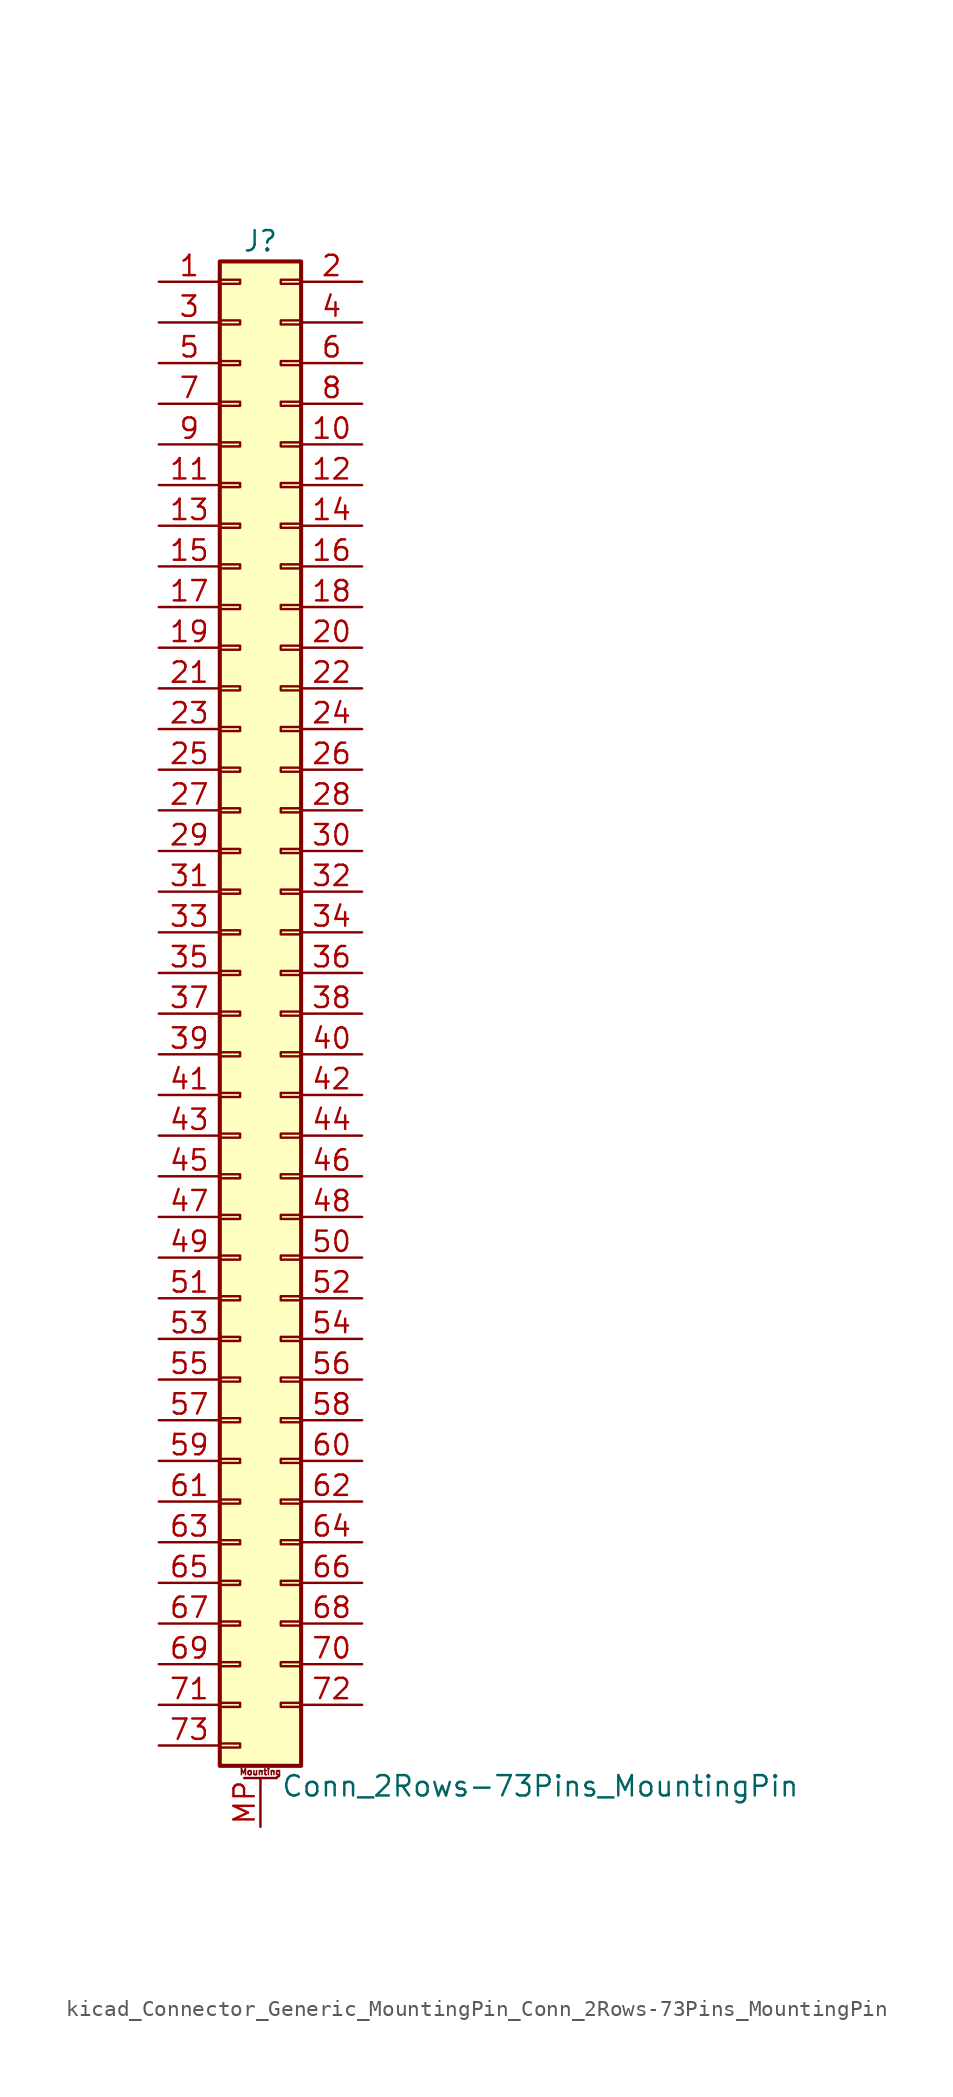
<source format=kicad_sym>
(kicad_symbol_lib
  (version 20220914)
  (generator kicad_symbol_editor)
  (symbol "kicad_Connector_Generic_MountingPin_Conn_2Rows-73Pins_MountingPin"
    (pin_names
      (offset 1.016) hide)
    (property "Reference" "J"
      (at 1.27 48.26 0)
      (effects (font (size 1.27 1.27))))
    (property "Value" "Conn_2Rows-73Pins_MountingPin"
      (at 2.54 -48.26 0)
      (effects (font (size 1.27 1.27)) (justify left)))
    (symbol "kicad_Connector_Generic_MountingPin_Conn_2Rows-73Pins_MountingPin_1_1"
      (rectangle (start -1.27 -45.593) (end 0 -45.847) (stroke (width 0.152) (type default)) (fill (type none)))
      (rectangle (start -1.27 -43.053) (end 0 -43.307) (stroke (width 0.152) (type default)) (fill (type none)))
      (rectangle (start -1.27 -40.513) (end 0 -40.767) (stroke (width 0.152) (type default)) (fill (type none)))
      (rectangle (start -1.27 -37.973) (end 0 -38.227) (stroke (width 0.152) (type default)) (fill (type none)))
      (rectangle (start -1.27 -35.433) (end 0 -35.687) (stroke (width 0.152) (type default)) (fill (type none)))
      (rectangle (start -1.27 -32.893) (end 0 -33.147) (stroke (width 0.152) (type default)) (fill (type none)))
      (rectangle (start -1.27 -30.353) (end 0 -30.607) (stroke (width 0.152) (type default)) (fill (type none)))
      (rectangle (start -1.27 -27.813) (end 0 -28.067) (stroke (width 0.152) (type default)) (fill (type none)))
      (rectangle (start -1.27 -25.273) (end 0 -25.527) (stroke (width 0.152) (type default)) (fill (type none)))
      (rectangle (start -1.27 -22.733) (end 0 -22.987) (stroke (width 0.152) (type default)) (fill (type none)))
      (rectangle (start -1.27 -20.193) (end 0 -20.447) (stroke (width 0.152) (type default)) (fill (type none)))
      (rectangle (start -1.27 -17.653) (end 0 -17.907) (stroke (width 0.152) (type default)) (fill (type none)))
      (rectangle (start -1.27 -15.113) (end 0 -15.367) (stroke (width 0.152) (type default)) (fill (type none)))
      (rectangle (start -1.27 -12.573) (end 0 -12.827) (stroke (width 0.152) (type default)) (fill (type none)))
      (rectangle (start -1.27 -10.033) (end 0 -10.287) (stroke (width 0.152) (type default)) (fill (type none)))
      (rectangle (start -1.27 -7.493) (end 0 -7.747) (stroke (width 0.152) (type default)) (fill (type none)))
      (rectangle (start -1.27 -4.953) (end 0 -5.207) (stroke (width 0.152) (type default)) (fill (type none)))
      (rectangle (start -1.27 -2.413) (end 0 -2.667) (stroke (width 0.152) (type default)) (fill (type none)))
      (rectangle (start -1.27 0.127) (end 0 -0.127) (stroke (width 0.152) (type default)) (fill (type none)))
      (rectangle (start -1.27 2.667) (end 0 2.413) (stroke (width 0.152) (type default)) (fill (type none)))
      (rectangle (start -1.27 5.207) (end 0 4.953) (stroke (width 0.152) (type default)) (fill (type none)))
      (rectangle (start -1.27 7.747) (end 0 7.493) (stroke (width 0.152) (type default)) (fill (type none)))
      (rectangle (start -1.27 10.287) (end 0 10.033) (stroke (width 0.152) (type default)) (fill (type none)))
      (rectangle (start -1.27 12.827) (end 0 12.573) (stroke (width 0.152) (type default)) (fill (type none)))
      (rectangle (start -1.27 15.367) (end 0 15.113) (stroke (width 0.152) (type default)) (fill (type none)))
      (rectangle (start -1.27 17.907) (end 0 17.653) (stroke (width 0.152) (type default)) (fill (type none)))
      (rectangle (start -1.27 20.447) (end 0 20.193) (stroke (width 0.152) (type default)) (fill (type none)))
      (rectangle (start -1.27 22.987) (end 0 22.733) (stroke (width 0.152) (type default)) (fill (type none)))
      (rectangle (start -1.27 25.527) (end 0 25.273) (stroke (width 0.152) (type default)) (fill (type none)))
      (rectangle (start -1.27 28.067) (end 0 27.813) (stroke (width 0.152) (type default)) (fill (type none)))
      (rectangle (start -1.27 30.607) (end 0 30.353) (stroke (width 0.152) (type default)) (fill (type none)))
      (rectangle (start -1.27 33.147) (end 0 32.893) (stroke (width 0.152) (type default)) (fill (type none)))
      (rectangle (start -1.27 35.687) (end 0 35.433) (stroke (width 0.152) (type default)) (fill (type none)))
      (rectangle (start -1.27 38.227) (end 0 37.973) (stroke (width 0.152) (type default)) (fill (type none)))
      (rectangle (start -1.27 40.767) (end 0 40.513) (stroke (width 0.152) (type default)) (fill (type none)))
      (rectangle (start -1.27 43.307) (end 0 43.053) (stroke (width 0.152) (type default)) (fill (type none)))
      (rectangle (start -1.27 45.847) (end 0 45.593) (stroke (width 0.152) (type default)) (fill (type none)))
      (rectangle (start -1.27 46.99) (end 3.81 -46.99) (stroke (width 0.254) (type default)) (fill (type background)))
      (polyline (pts (xy 0.254 -47.752) (xy 2.286 -47.752)) (stroke (width 0.152) (type default)) (fill (type none)))
      (rectangle (start 3.81 -43.053) (end 2.54 -43.307) (stroke (width 0.152) (type default)) (fill (type none)))
      (rectangle (start 3.81 -40.513) (end 2.54 -40.767) (stroke (width 0.152) (type default)) (fill (type none)))
      (rectangle (start 3.81 -37.973) (end 2.54 -38.227) (stroke (width 0.152) (type default)) (fill (type none)))
      (rectangle (start 3.81 -35.433) (end 2.54 -35.687) (stroke (width 0.152) (type default)) (fill (type none)))
      (rectangle (start 3.81 -32.893) (end 2.54 -33.147) (stroke (width 0.152) (type default)) (fill (type none)))
      (rectangle (start 3.81 -30.353) (end 2.54 -30.607) (stroke (width 0.152) (type default)) (fill (type none)))
      (rectangle (start 3.81 -27.813) (end 2.54 -28.067) (stroke (width 0.152) (type default)) (fill (type none)))
      (rectangle (start 3.81 -25.273) (end 2.54 -25.527) (stroke (width 0.152) (type default)) (fill (type none)))
      (rectangle (start 3.81 -22.733) (end 2.54 -22.987) (stroke (width 0.152) (type default)) (fill (type none)))
      (rectangle (start 3.81 -20.193) (end 2.54 -20.447) (stroke (width 0.152) (type default)) (fill (type none)))
      (rectangle (start 3.81 -17.653) (end 2.54 -17.907) (stroke (width 0.152) (type default)) (fill (type none)))
      (rectangle (start 3.81 -15.113) (end 2.54 -15.367) (stroke (width 0.152) (type default)) (fill (type none)))
      (rectangle (start 3.81 -12.573) (end 2.54 -12.827) (stroke (width 0.152) (type default)) (fill (type none)))
      (rectangle (start 3.81 -10.033) (end 2.54 -10.287) (stroke (width 0.152) (type default)) (fill (type none)))
      (rectangle (start 3.81 -7.493) (end 2.54 -7.747) (stroke (width 0.152) (type default)) (fill (type none)))
      (rectangle (start 3.81 -4.953) (end 2.54 -5.207) (stroke (width 0.152) (type default)) (fill (type none)))
      (rectangle (start 3.81 -2.413) (end 2.54 -2.667) (stroke (width 0.152) (type default)) (fill (type none)))
      (rectangle (start 3.81 0.127) (end 2.54 -0.127) (stroke (width 0.152) (type default)) (fill (type none)))
      (rectangle (start 3.81 2.667) (end 2.54 2.413) (stroke (width 0.152) (type default)) (fill (type none)))
      (rectangle (start 3.81 5.207) (end 2.54 4.953) (stroke (width 0.152) (type default)) (fill (type none)))
      (rectangle (start 3.81 7.747) (end 2.54 7.493) (stroke (width 0.152) (type default)) (fill (type none)))
      (rectangle (start 3.81 10.287) (end 2.54 10.033) (stroke (width 0.152) (type default)) (fill (type none)))
      (rectangle (start 3.81 12.827) (end 2.54 12.573) (stroke (width 0.152) (type default)) (fill (type none)))
      (rectangle (start 3.81 15.367) (end 2.54 15.113) (stroke (width 0.152) (type default)) (fill (type none)))
      (rectangle (start 3.81 17.907) (end 2.54 17.653) (stroke (width 0.152) (type default)) (fill (type none)))
      (rectangle (start 3.81 20.447) (end 2.54 20.193) (stroke (width 0.152) (type default)) (fill (type none)))
      (rectangle (start 3.81 22.987) (end 2.54 22.733) (stroke (width 0.152) (type default)) (fill (type none)))
      (rectangle (start 3.81 25.527) (end 2.54 25.273) (stroke (width 0.152) (type default)) (fill (type none)))
      (rectangle (start 3.81 28.067) (end 2.54 27.813) (stroke (width 0.152) (type default)) (fill (type none)))
      (rectangle (start 3.81 30.607) (end 2.54 30.353) (stroke (width 0.152) (type default)) (fill (type none)))
      (rectangle (start 3.81 33.147) (end 2.54 32.893) (stroke (width 0.152) (type default)) (fill (type none)))
      (rectangle (start 3.81 35.687) (end 2.54 35.433) (stroke (width 0.152) (type default)) (fill (type none)))
      (rectangle (start 3.81 38.227) (end 2.54 37.973) (stroke (width 0.152) (type default)) (fill (type none)))
      (rectangle (start 3.81 40.767) (end 2.54 40.513) (stroke (width 0.152) (type default)) (fill (type none)))
      (rectangle (start 3.81 43.307) (end 2.54 43.053) (stroke (width 0.152) (type default)) (fill (type none)))
      (rectangle (start 3.81 45.847) (end 2.54 45.593) (stroke (width 0.152) (type default)) (fill (type none)))
      (text "Mounting" (at 1.27 -47.371 0) (effects (font (size 0.381 0.381))))
      (pin passive line (at -5.08 45.72 0) (length 3.81) (name "Pin_1" (effects (font (size 1.27 1.27)))) (number "1" (effects (font (size 1.27 1.27)))))
      (pin passive line (at 7.62 35.56 180) (length 3.81) (name "Pin_10" (effects (font (size 1.27 1.27)))) (number "10" (effects (font (size 1.27 1.27)))))
      (pin passive line (at -5.08 33.02 0) (length 3.81) (name "Pin_11" (effects (font (size 1.27 1.27)))) (number "11" (effects (font (size 1.27 1.27)))))
      (pin passive line (at 7.62 33.02 180) (length 3.81) (name "Pin_12" (effects (font (size 1.27 1.27)))) (number "12" (effects (font (size 1.27 1.27)))))
      (pin passive line (at -5.08 30.48 0) (length 3.81) (name "Pin_13" (effects (font (size 1.27 1.27)))) (number "13" (effects (font (size 1.27 1.27)))))
      (pin passive line (at 7.62 30.48 180) (length 3.81) (name "Pin_14" (effects (font (size 1.27 1.27)))) (number "14" (effects (font (size 1.27 1.27)))))
      (pin passive line (at -5.08 27.94 0) (length 3.81) (name "Pin_15" (effects (font (size 1.27 1.27)))) (number "15" (effects (font (size 1.27 1.27)))))
      (pin passive line (at 7.62 27.94 180) (length 3.81) (name "Pin_16" (effects (font (size 1.27 1.27)))) (number "16" (effects (font (size 1.27 1.27)))))
      (pin passive line (at -5.08 25.4 0) (length 3.81) (name "Pin_17" (effects (font (size 1.27 1.27)))) (number "17" (effects (font (size 1.27 1.27)))))
      (pin passive line (at 7.62 25.4 180) (length 3.81) (name "Pin_18" (effects (font (size 1.27 1.27)))) (number "18" (effects (font (size 1.27 1.27)))))
      (pin passive line (at -5.08 22.86 0) (length 3.81) (name "Pin_19" (effects (font (size 1.27 1.27)))) (number "19" (effects (font (size 1.27 1.27)))))
      (pin passive line (at 7.62 45.72 180) (length 3.81) (name "Pin_2" (effects (font (size 1.27 1.27)))) (number "2" (effects (font (size 1.27 1.27)))))
      (pin passive line (at 7.62 22.86 180) (length 3.81) (name "Pin_20" (effects (font (size 1.27 1.27)))) (number "20" (effects (font (size 1.27 1.27)))))
      (pin passive line (at -5.08 20.32 0) (length 3.81) (name "Pin_21" (effects (font (size 1.27 1.27)))) (number "21" (effects (font (size 1.27 1.27)))))
      (pin passive line (at 7.62 20.32 180) (length 3.81) (name "Pin_22" (effects (font (size 1.27 1.27)))) (number "22" (effects (font (size 1.27 1.27)))))
      (pin passive line (at -5.08 17.78 0) (length 3.81) (name "Pin_23" (effects (font (size 1.27 1.27)))) (number "23" (effects (font (size 1.27 1.27)))))
      (pin passive line (at 7.62 17.78 180) (length 3.81) (name "Pin_24" (effects (font (size 1.27 1.27)))) (number "24" (effects (font (size 1.27 1.27)))))
      (pin passive line (at -5.08 15.24 0) (length 3.81) (name "Pin_25" (effects (font (size 1.27 1.27)))) (number "25" (effects (font (size 1.27 1.27)))))
      (pin passive line (at 7.62 15.24 180) (length 3.81) (name "Pin_26" (effects (font (size 1.27 1.27)))) (number "26" (effects (font (size 1.27 1.27)))))
      (pin passive line (at -5.08 12.7 0) (length 3.81) (name "Pin_27" (effects (font (size 1.27 1.27)))) (number "27" (effects (font (size 1.27 1.27)))))
      (pin passive line (at 7.62 12.7 180) (length 3.81) (name "Pin_28" (effects (font (size 1.27 1.27)))) (number "28" (effects (font (size 1.27 1.27)))))
      (pin passive line (at -5.08 10.16 0) (length 3.81) (name "Pin_29" (effects (font (size 1.27 1.27)))) (number "29" (effects (font (size 1.27 1.27)))))
      (pin passive line (at -5.08 43.18 0) (length 3.81) (name "Pin_3" (effects (font (size 1.27 1.27)))) (number "3" (effects (font (size 1.27 1.27)))))
      (pin passive line (at 7.62 10.16 180) (length 3.81) (name "Pin_30" (effects (font (size 1.27 1.27)))) (number "30" (effects (font (size 1.27 1.27)))))
      (pin passive line (at -5.08 7.62 0) (length 3.81) (name "Pin_31" (effects (font (size 1.27 1.27)))) (number "31" (effects (font (size 1.27 1.27)))))
      (pin passive line (at 7.62 7.62 180) (length 3.81) (name "Pin_32" (effects (font (size 1.27 1.27)))) (number "32" (effects (font (size 1.27 1.27)))))
      (pin passive line (at -5.08 5.08 0) (length 3.81) (name "Pin_33" (effects (font (size 1.27 1.27)))) (number "33" (effects (font (size 1.27 1.27)))))
      (pin passive line (at 7.62 5.08 180) (length 3.81) (name "Pin_34" (effects (font (size 1.27 1.27)))) (number "34" (effects (font (size 1.27 1.27)))))
      (pin passive line (at -5.08 2.54 0) (length 3.81) (name "Pin_35" (effects (font (size 1.27 1.27)))) (number "35" (effects (font (size 1.27 1.27)))))
      (pin passive line (at 7.62 2.54 180) (length 3.81) (name "Pin_36" (effects (font (size 1.27 1.27)))) (number "36" (effects (font (size 1.27 1.27)))))
      (pin passive line (at -5.08 0 0) (length 3.81) (name "Pin_37" (effects (font (size 1.27 1.27)))) (number "37" (effects (font (size 1.27 1.27)))))
      (pin passive line (at 7.62 0 180) (length 3.81) (name "Pin_38" (effects (font (size 1.27 1.27)))) (number "38" (effects (font (size 1.27 1.27)))))
      (pin passive line (at -5.08 -2.54 0) (length 3.81) (name "Pin_39" (effects (font (size 1.27 1.27)))) (number "39" (effects (font (size 1.27 1.27)))))
      (pin passive line (at 7.62 43.18 180) (length 3.81) (name "Pin_4" (effects (font (size 1.27 1.27)))) (number "4" (effects (font (size 1.27 1.27)))))
      (pin passive line (at 7.62 -2.54 180) (length 3.81) (name "Pin_40" (effects (font (size 1.27 1.27)))) (number "40" (effects (font (size 1.27 1.27)))))
      (pin passive line (at -5.08 -5.08 0) (length 3.81) (name "Pin_41" (effects (font (size 1.27 1.27)))) (number "41" (effects (font (size 1.27 1.27)))))
      (pin passive line (at 7.62 -5.08 180) (length 3.81) (name "Pin_42" (effects (font (size 1.27 1.27)))) (number "42" (effects (font (size 1.27 1.27)))))
      (pin passive line (at -5.08 -7.62 0) (length 3.81) (name "Pin_43" (effects (font (size 1.27 1.27)))) (number "43" (effects (font (size 1.27 1.27)))))
      (pin passive line (at 7.62 -7.62 180) (length 3.81) (name "Pin_44" (effects (font (size 1.27 1.27)))) (number "44" (effects (font (size 1.27 1.27)))))
      (pin passive line (at -5.08 -10.16 0) (length 3.81) (name "Pin_45" (effects (font (size 1.27 1.27)))) (number "45" (effects (font (size 1.27 1.27)))))
      (pin passive line (at 7.62 -10.16 180) (length 3.81) (name "Pin_46" (effects (font (size 1.27 1.27)))) (number "46" (effects (font (size 1.27 1.27)))))
      (pin passive line (at -5.08 -12.7 0) (length 3.81) (name "Pin_47" (effects (font (size 1.27 1.27)))) (number "47" (effects (font (size 1.27 1.27)))))
      (pin passive line (at 7.62 -12.7 180) (length 3.81) (name "Pin_48" (effects (font (size 1.27 1.27)))) (number "48" (effects (font (size 1.27 1.27)))))
      (pin passive line (at -5.08 -15.24 0) (length 3.81) (name "Pin_49" (effects (font (size 1.27 1.27)))) (number "49" (effects (font (size 1.27 1.27)))))
      (pin passive line (at -5.08 40.64 0) (length 3.81) (name "Pin_5" (effects (font (size 1.27 1.27)))) (number "5" (effects (font (size 1.27 1.27)))))
      (pin passive line (at 7.62 -15.24 180) (length 3.81) (name "Pin_50" (effects (font (size 1.27 1.27)))) (number "50" (effects (font (size 1.27 1.27)))))
      (pin passive line (at -5.08 -17.78 0) (length 3.81) (name "Pin_51" (effects (font (size 1.27 1.27)))) (number "51" (effects (font (size 1.27 1.27)))))
      (pin passive line (at 7.62 -17.78 180) (length 3.81) (name "Pin_52" (effects (font (size 1.27 1.27)))) (number "52" (effects (font (size 1.27 1.27)))))
      (pin passive line (at -5.08 -20.32 0) (length 3.81) (name "Pin_53" (effects (font (size 1.27 1.27)))) (number "53" (effects (font (size 1.27 1.27)))))
      (pin passive line (at 7.62 -20.32 180) (length 3.81) (name "Pin_54" (effects (font (size 1.27 1.27)))) (number "54" (effects (font (size 1.27 1.27)))))
      (pin passive line (at -5.08 -22.86 0) (length 3.81) (name "Pin_55" (effects (font (size 1.27 1.27)))) (number "55" (effects (font (size 1.27 1.27)))))
      (pin passive line (at 7.62 -22.86 180) (length 3.81) (name "Pin_56" (effects (font (size 1.27 1.27)))) (number "56" (effects (font (size 1.27 1.27)))))
      (pin passive line (at -5.08 -25.4 0) (length 3.81) (name "Pin_57" (effects (font (size 1.27 1.27)))) (number "57" (effects (font (size 1.27 1.27)))))
      (pin passive line (at 7.62 -25.4 180) (length 3.81) (name "Pin_58" (effects (font (size 1.27 1.27)))) (number "58" (effects (font (size 1.27 1.27)))))
      (pin passive line (at -5.08 -27.94 0) (length 3.81) (name "Pin_59" (effects (font (size 1.27 1.27)))) (number "59" (effects (font (size 1.27 1.27)))))
      (pin passive line (at 7.62 40.64 180) (length 3.81) (name "Pin_6" (effects (font (size 1.27 1.27)))) (number "6" (effects (font (size 1.27 1.27)))))
      (pin passive line (at 7.62 -27.94 180) (length 3.81) (name "Pin_60" (effects (font (size 1.27 1.27)))) (number "60" (effects (font (size 1.27 1.27)))))
      (pin passive line (at -5.08 -30.48 0) (length 3.81) (name "Pin_61" (effects (font (size 1.27 1.27)))) (number "61" (effects (font (size 1.27 1.27)))))
      (pin passive line (at 7.62 -30.48 180) (length 3.81) (name "Pin_62" (effects (font (size 1.27 1.27)))) (number "62" (effects (font (size 1.27 1.27)))))
      (pin passive line (at -5.08 -33.02 0) (length 3.81) (name "Pin_63" (effects (font (size 1.27 1.27)))) (number "63" (effects (font (size 1.27 1.27)))))
      (pin passive line (at 7.62 -33.02 180) (length 3.81) (name "Pin_64" (effects (font (size 1.27 1.27)))) (number "64" (effects (font (size 1.27 1.27)))))
      (pin passive line (at -5.08 -35.56 0) (length 3.81) (name "Pin_65" (effects (font (size 1.27 1.27)))) (number "65" (effects (font (size 1.27 1.27)))))
      (pin passive line (at 7.62 -35.56 180) (length 3.81) (name "Pin_66" (effects (font (size 1.27 1.27)))) (number "66" (effects (font (size 1.27 1.27)))))
      (pin passive line (at -5.08 -38.1 0) (length 3.81) (name "Pin_67" (effects (font (size 1.27 1.27)))) (number "67" (effects (font (size 1.27 1.27)))))
      (pin passive line (at 7.62 -38.1 180) (length 3.81) (name "Pin_68" (effects (font (size 1.27 1.27)))) (number "68" (effects (font (size 1.27 1.27)))))
      (pin passive line (at -5.08 -40.64 0) (length 3.81) (name "Pin_69" (effects (font (size 1.27 1.27)))) (number "69" (effects (font (size 1.27 1.27)))))
      (pin passive line (at -5.08 38.1 0) (length 3.81) (name "Pin_7" (effects (font (size 1.27 1.27)))) (number "7" (effects (font (size 1.27 1.27)))))
      (pin passive line (at 7.62 -40.64 180) (length 3.81) (name "Pin_70" (effects (font (size 1.27 1.27)))) (number "70" (effects (font (size 1.27 1.27)))))
      (pin passive line (at -5.08 -43.18 0) (length 3.81) (name "Pin_71" (effects (font (size 1.27 1.27)))) (number "71" (effects (font (size 1.27 1.27)))))
      (pin passive line (at 7.62 -43.18 180) (length 3.81) (name "Pin_72" (effects (font (size 1.27 1.27)))) (number "72" (effects (font (size 1.27 1.27)))))
      (pin passive line (at -5.08 -45.72 0) (length 3.81) (name "Pin_73" (effects (font (size 1.27 1.27)))) (number "73" (effects (font (size 1.27 1.27)))))
      (pin passive line (at 7.62 38.1 180) (length 3.81) (name "Pin_8" (effects (font (size 1.27 1.27)))) (number "8" (effects (font (size 1.27 1.27)))))
      (pin passive line (at -5.08 35.56 0) (length 3.81) (name "Pin_9" (effects (font (size 1.27 1.27)))) (number "9" (effects (font (size 1.27 1.27)))))
      (pin passive line (at 1.27 -50.8 90) (length 3.048) (name "MountPin" (effects (font (size 1.27 1.27)))) (number "MP" (effects (font (size 1.27 1.27))))))))
</source>
